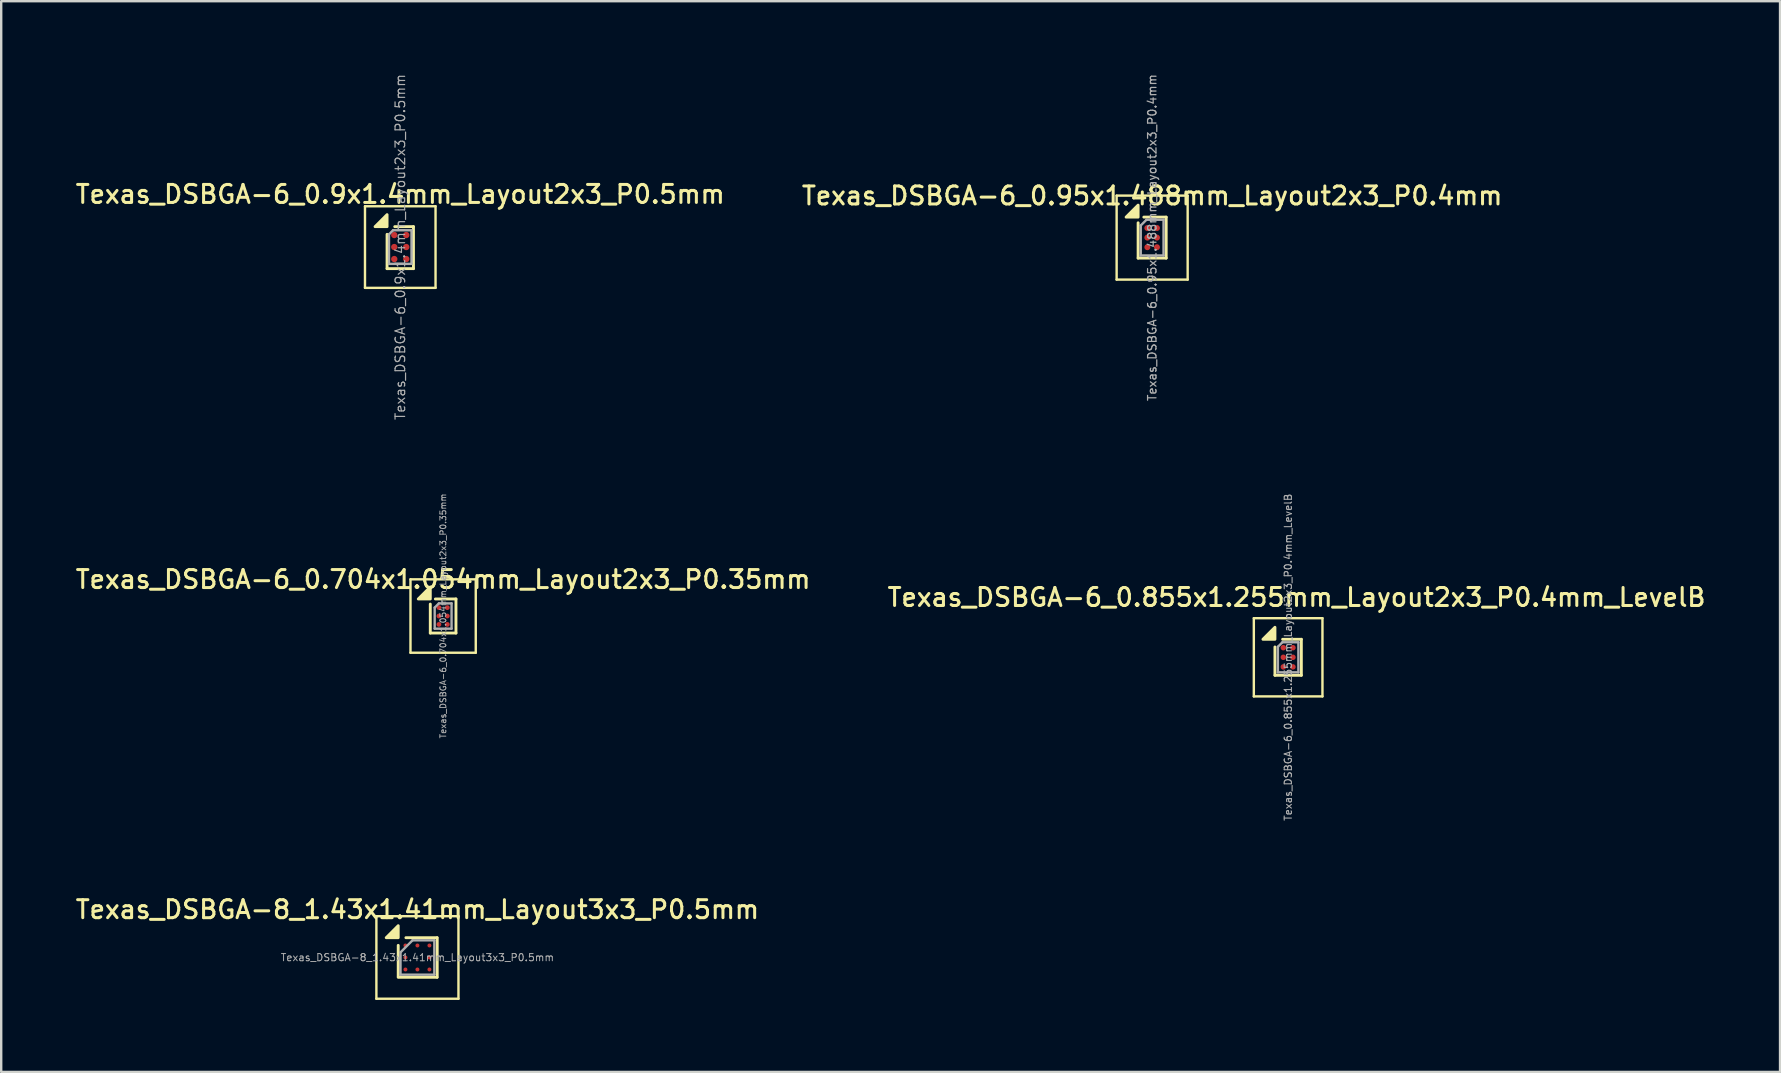
<source format=kicad_pcb>
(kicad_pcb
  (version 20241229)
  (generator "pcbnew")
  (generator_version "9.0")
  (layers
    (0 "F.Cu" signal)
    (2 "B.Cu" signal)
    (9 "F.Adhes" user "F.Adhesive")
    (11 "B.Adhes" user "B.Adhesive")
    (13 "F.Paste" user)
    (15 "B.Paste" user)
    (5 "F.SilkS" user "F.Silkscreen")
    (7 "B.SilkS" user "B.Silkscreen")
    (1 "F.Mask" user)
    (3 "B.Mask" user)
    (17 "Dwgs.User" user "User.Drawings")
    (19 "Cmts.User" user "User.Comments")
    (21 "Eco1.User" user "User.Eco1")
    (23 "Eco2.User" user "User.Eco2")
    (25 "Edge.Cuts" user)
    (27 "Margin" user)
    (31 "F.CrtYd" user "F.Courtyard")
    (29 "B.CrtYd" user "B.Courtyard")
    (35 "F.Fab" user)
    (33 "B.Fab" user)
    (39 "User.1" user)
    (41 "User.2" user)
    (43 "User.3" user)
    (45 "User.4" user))
  (footprint "Texas_DSBGA-6_0.9x1.4mm_Layout2x3_P0.5mm"
    (layer "F.Cu")
    (at 13.63 7.245)
    (property "Reference" "Texas_DSBGA-6_0.9x1.4mm_Layout2x3_P0.5mm" (at 0 -2.2 0) (layer "F.SilkS") (effects (font (size 0.75 0.75) (thickness 0.125))))
    (attr smd)
    (fp_line (start -1.47 -1.7) (end -1.47 1.7) (stroke (width 0.1) (type solid)) (layer "F.SilkS"))
    (fp_line (start -1.47 -1.7) (end 1.47 -1.7) (stroke (width 0.1) (type solid)) (layer "F.SilkS"))
    (fp_line (start -0.55 -0.53) (end -0.55 0.9) (stroke (width 0.12) (type solid)) (layer "F.SilkS"))
    (fp_line (start -0.55 0.9) (end 0.55 0.9) (stroke (width 0.12) (type solid)) (layer "F.SilkS"))
    (fp_line (start 0.55 -0.85) (end -0.23 -0.85) (stroke (width 0.12) (type solid)) (layer "F.SilkS"))
    (fp_line (start 0.55 -0.85) (end 0.55 0.9) (stroke (width 0.12) (type solid)) (layer "F.SilkS"))
    (fp_line (start 1.47 1.7) (end -1.47 1.7) (stroke (width 0.1) (type solid)) (layer "F.SilkS"))
    (fp_line (start 1.47 1.7) (end 1.47 -1.7) (stroke (width 0.1) (type solid)) (layer "F.SilkS"))
    (fp_poly (pts (xy -0.55 -0.85) (xy -1.05 -0.85) (xy -0.55 -1.35) (xy -0.55 -0.85)) (stroke (width 0.12) (type solid)) (fill yes) (layer "F.SilkS"))
    (fp_line (start -0.47 -0.53) (end -0.47 0.7) (stroke (width 0.1) (type solid)) (layer "F.Fab"))
    (fp_line (start -0.47 -0.53) (end -0.3 -0.7) (stroke (width 0.1) (type solid)) (layer "F.Fab"))
    (fp_line (start -0.47 0.7) (end 0.47 0.7) (stroke (width 0.1) (type solid)) (layer "F.Fab"))
    (fp_line (start 0.47 -0.7) (end -0.3 -0.7) (stroke (width 0.1) (type solid)) (layer "F.Fab"))
    (fp_line (start 0.47 0.7) (end 0.47 -0.7) (stroke (width 0.1) (type solid)) (layer "F.Fab"))
    (fp_text user "${REFERENCE}" (at 0 0 90) (layer "F.Fab") (effects (font (size 0.4 0.4) (thickness 0.05))))
    (pad "" smd rect (at -0.25 -0.5) (size 0.3 0.3) (layers "F.Paste"))
    (pad "" smd rect (at -0.25 0) (size 0.3 0.3) (layers "F.Paste"))
    (pad "" smd rect (at -0.25 0.5) (size 0.3 0.3) (layers "F.Paste"))
    (pad "" smd rect (at 0.25 -0.5) (size 0.3 0.3) (layers "F.Paste"))
    (pad "" smd rect (at 0.25 0) (size 0.3 0.3) (layers "F.Paste"))
    (pad "" smd rect (at 0.25 0.5) (size 0.3 0.3) (layers "F.Paste"))
    (pad "A1" smd circle (at -0.25 -0.5) (size 0.265 0.265) (property pad_prop_bga) (layers "F.Cu" "F.Mask"))
    (pad "A2" smd circle (at 0.25 -0.5) (size 0.265 0.265) (property pad_prop_bga) (layers "F.Cu" "F.Mask"))
    (pad "B1" smd circle (at -0.25 0) (size 0.265 0.265) (property pad_prop_bga) (layers "F.Cu" "F.Mask"))
    (pad "B2" smd circle (at 0.25 0) (size 0.265 0.265) (property pad_prop_bga) (layers "F.Cu" "F.Mask"))
    (pad "C1" smd circle (at -0.25 0.5) (size 0.265 0.265) (property pad_prop_bga) (layers "F.Cu" "F.Mask"))
    (pad "C2" smd circle (at 0.25 0.5) (size 0.265 0.265) (property pad_prop_bga) (layers "F.Cu" "F.Mask")))
  (footprint "Texas_DSBGA-8_1.43x1.41mm_Layout3x3_P0.5mm"
    (layer "F.Cu")
    (at 14.345 36.851)
    (property "Reference" "Texas_DSBGA-8_1.43x1.41mm_Layout3x3_P0.5mm" (at 0 -2 0) (layer "F.SilkS") (effects (font (size 0.75 0.75) (thickness 0.125))))
    (attr smd)
    (fp_line (start -1.71 -1.72) (end -1.71 1.72) (stroke (width 0.1) (type solid)) (layer "F.SilkS"))
    (fp_line (start -1.71 1.72) (end 1.71 1.72) (stroke (width 0.1) (type solid)) (layer "F.SilkS"))
    (fp_line (start -0.8 -0.505) (end -0.8 0.8) (stroke (width 0.12) (type solid)) (layer "F.SilkS"))
    (fp_line (start -0.48 -0.825) (end 0.815 -0.825) (stroke (width 0.12) (type solid)) (layer "F.SilkS"))
    (fp_line (start 0.815 0.825) (end -0.8 0.825) (stroke (width 0.12) (type solid)) (layer "F.SilkS"))
    (fp_line (start 0.825 -0.825) (end 0.825 0.825) (stroke (width 0.12) (type solid)) (layer "F.SilkS"))
    (fp_line (start 1.71 -1.72) (end -1.71 -1.72) (stroke (width 0.1) (type solid)) (layer "F.SilkS"))
    (fp_line (start 1.71 1.72) (end 1.71 -1.72) (stroke (width 0.1) (type solid)) (layer "F.SilkS"))
    (fp_poly (pts (xy -0.8 -0.825) (xy -1.3 -0.825) (xy -0.8 -1.325) (xy -0.8 -0.825)) (stroke (width 0.12) (type solid)) (fill yes) (layer "F.SilkS"))
    (fp_line (start -0.705 -0.215) (end -0.705 0.715) (stroke (width 0.1) (type solid)) (layer "F.Fab"))
    (fp_line (start -0.705 -0.215) (end -0.205 -0.715) (stroke (width 0.1) (type solid)) (layer "F.Fab"))
    (fp_line (start -0.705 0.715) (end 0.705 0.715) (stroke (width 0.1) (type solid)) (layer "F.Fab"))
    (fp_line (start 0.705 -0.715) (end -0.205 -0.715) (stroke (width 0.1) (type solid)) (layer "F.Fab"))
    (fp_line (start 0.705 0.715) (end 0.705 -0.715) (stroke (width 0.1) (type solid)) (layer "F.Fab"))
    (fp_text user "${REFERENCE}" (at 0 0 0) (layer "F.Fab") (effects (font (size 0.3 0.3) (thickness 0.04))))
    (pad "" smd rect (at -0.5 -0.5) (size 0.3 0.3) (layers "F.Paste"))
    (pad "" smd rect (at -0.5 0) (size 0.3 0.3) (layers "F.Paste"))
    (pad "" smd rect (at -0.5 0.5) (size 0.3 0.3) (layers "F.Paste"))
    (pad "" smd rect (at 0 -0.5) (size 0.3 0.3) (layers "F.Paste"))
    (pad "" smd rect (at 0 0.5) (size 0.3 0.3) (layers "F.Paste"))
    (pad "" smd rect (at 0.5 -0.5) (size 0.3 0.3) (layers "F.Paste"))
    (pad "" smd rect (at 0.5 0) (size 0.3 0.3) (layers "F.Paste"))
    (pad "" smd rect (at 0.5 0.5) (size 0.3 0.3) (layers "F.Paste"))
    (pad "A1" smd circle (at -0.5 -0.5) (size 0.165 0.165) (property pad_prop_bga) (layers "F.Cu" "F.Mask"))
    (pad "A2" smd circle (at 0 -0.5) (size 0.165 0.165) (property pad_prop_bga) (layers "F.Cu" "F.Mask"))
    (pad "A3" smd circle (at 0.5 -0.5) (size 0.165 0.165) (property pad_prop_bga) (layers "F.Cu" "F.Mask"))
    (pad "B1" smd circle (at -0.5 0) (size 0.165 0.165) (property pad_prop_bga) (layers "F.Cu" "F.Mask"))
    (pad "B3" smd circle (at 0.5 0) (size 0.165 0.165) (property pad_prop_bga) (layers "F.Cu" "F.Mask" "F.Paste"))
    (pad "C1" smd circle (at -0.5 0.5) (size 0.165 0.165) (property pad_prop_bga) (layers "F.Cu" "F.Mask"))
    (pad "C2" smd circle (at 0 0.5) (size 0.165 0.165) (property pad_prop_bga) (layers "F.Cu" "F.Mask"))
    (pad "C3" smd circle (at 0.5 0.5) (size 0.165 0.165) (property pad_prop_bga) (layers "F.Cu" "F.Mask")))
  (footprint "Texas_DSBGA-6_0.704x1.054mm_Layout2x3_P0.35mm"
    (layer "F.Cu")
    (at 15.416 22.621)
    (property "Reference" "Texas_DSBGA-6_0.704x1.054mm_Layout2x3_P0.35mm" (at 0 -1.527 0) (layer "F.SilkS") (effects (font (size 0.75 0.75) (thickness 0.125))))
    (attr smd)
    (fp_line (start -1.36 -1.53) (end -1.36 1.53) (stroke (width 0.1) (type solid)) (layer "F.SilkS"))
    (fp_line (start -1.36 1.53) (end 1.36 1.53) (stroke (width 0.1) (type solid)) (layer "F.SilkS"))
    (fp_line (start -0.535 0.71) (end -0.535 -0.497) (stroke (width 0.12) (type solid)) (layer "F.SilkS"))
    (fp_line (start -0.323 -0.71) (end 0.535 -0.71) (stroke (width 0.12) (type solid)) (layer "F.SilkS"))
    (fp_line (start 0.535 -0.71) (end 0.535 0.71) (stroke (width 0.12) (type solid)) (layer "F.SilkS"))
    (fp_line (start 0.535 0.71) (end -0.535 0.71) (stroke (width 0.12) (type solid)) (layer "F.SilkS"))
    (fp_line (start 1.36 -1.53) (end -1.36 -1.53) (stroke (width 0.1) (type solid)) (layer "F.SilkS"))
    (fp_line (start 1.36 1.53) (end 1.36 -1.53) (stroke (width 0.1) (type solid)) (layer "F.SilkS"))
    (fp_poly (pts (xy -0.535 -0.71) (xy -1.035 -0.71) (xy -0.535 -1.21) (xy -0.535 -0.71)) (stroke (width 0.12) (type solid)) (fill yes) (layer "F.SilkS"))
    (fp_line (start -0.352 -0.351) (end -0.176 -0.527) (stroke (width 0.1) (type solid)) (layer "F.Fab"))
    (fp_line (start -0.352 0.527) (end -0.352 -0.351) (stroke (width 0.1) (type solid)) (layer "F.Fab"))
    (fp_line (start -0.176 -0.527) (end 0.352 -0.527) (stroke (width 0.1) (type solid)) (layer "F.Fab"))
    (fp_line (start 0.352 -0.527) (end 0.352 0.527) (stroke (width 0.1) (type solid)) (layer "F.Fab"))
    (fp_line (start 0.352 0.527) (end -0.352 0.527) (stroke (width 0.1) (type solid)) (layer "F.Fab"))
    (fp_text user "${REFERENCE}" (at 0 0 270) (layer "F.Fab") (effects (font (size 0.25 0.25) (thickness 0.037))))
    (pad "A1" smd circle (at -0.175 -0.35) (size 0.2 0.2) (property pad_prop_bga) (layers "F.Cu" "F.Mask" "F.Paste"))
    (pad "A2" smd circle (at 0.175 -0.35) (size 0.2 0.2) (property pad_prop_bga) (layers "F.Cu" "F.Mask" "F.Paste"))
    (pad "B1" smd circle (at -0.175 0) (size 0.2 0.2) (property pad_prop_bga) (layers "F.Cu" "F.Mask" "F.Paste"))
    (pad "B2" smd circle (at 0.175 0) (size 0.2 0.2) (property pad_prop_bga) (layers "F.Cu" "F.Mask" "F.Paste"))
    (pad "C1" smd circle (at -0.175 0.35) (size 0.2 0.2) (property pad_prop_bga) (layers "F.Cu" "F.Mask" "F.Paste"))
    (pad "C2" smd circle (at 0.175 0.35) (size 0.2 0.2) (property pad_prop_bga) (layers "F.Cu" "F.Mask" "F.Paste")))
  (footprint "Texas_DSBGA-6_0.95x1.488mm_Layout2x3_P0.4mm"
    (layer "F.Cu")
    (at 44.963 6.852)
    (property "Reference" "Texas_DSBGA-6_0.95x1.488mm_Layout2x3_P0.4mm" (at 0 -1.744 0) (layer "F.SilkS") (effects (font (size 0.75 0.75) (thickness 0.125))))
    (attr smd)
    (fp_line (start -1.48 -1.75) (end -1.48 1.75) (stroke (width 0.1) (type solid)) (layer "F.SilkS"))
    (fp_line (start -1.48 1.75) (end 1.48 1.75) (stroke (width 0.1) (type solid)) (layer "F.SilkS"))
    (fp_line (start -0.585 0.854) (end -0.585 -0.617) (stroke (width 0.12) (type solid)) (layer "F.SilkS"))
    (fp_line (start -0.347 -0.854) (end 0.585 -0.854) (stroke (width 0.12) (type solid)) (layer "F.SilkS"))
    (fp_line (start 0.585 -0.854) (end 0.585 0.854) (stroke (width 0.12) (type solid)) (layer "F.SilkS"))
    (fp_line (start 0.585 0.854) (end -0.585 0.854) (stroke (width 0.12) (type solid)) (layer "F.SilkS"))
    (fp_line (start 1.48 -1.75) (end -1.48 -1.75) (stroke (width 0.1) (type solid)) (layer "F.SilkS"))
    (fp_line (start 1.48 1.75) (end 1.48 -1.75) (stroke (width 0.1) (type solid)) (layer "F.SilkS"))
    (fp_poly (pts (xy -0.585 -0.854) (xy -1.085 -0.854) (xy -0.585 -1.354) (xy -0.585 -0.854)) (stroke (width 0.12) (type solid)) (fill yes) (layer "F.SilkS"))
    (fp_line (start -0.475 -0.506) (end -0.237 -0.744) (stroke (width 0.1) (type solid)) (layer "F.Fab"))
    (fp_line (start -0.475 0.744) (end -0.475 -0.506) (stroke (width 0.1) (type solid)) (layer "F.Fab"))
    (fp_line (start -0.237 -0.744) (end 0.475 -0.744) (stroke (width 0.1) (type solid)) (layer "F.Fab"))
    (fp_line (start 0.475 -0.744) (end 0.475 0.744) (stroke (width 0.1) (type solid)) (layer "F.Fab"))
    (fp_line (start 0.475 0.744) (end -0.475 0.744) (stroke (width 0.1) (type solid)) (layer "F.Fab"))
    (fp_text user "${REFERENCE}" (at 0 0 270) (layer "F.Fab") (effects (font (size 0.35 0.35) (thickness 0.052))))
    (pad "A1" smd circle (at -0.2 -0.4) (size 0.25 0.25) (property pad_prop_bga) (layers "F.Cu" "F.Mask" "F.Paste"))
    (pad "A2" smd circle (at 0.2 -0.4) (size 0.25 0.25) (property pad_prop_bga) (layers "F.Cu" "F.Mask" "F.Paste"))
    (pad "B1" smd circle (at -0.2 0) (size 0.25 0.25) (property pad_prop_bga) (layers "F.Cu" "F.Mask" "F.Paste"))
    (pad "B2" smd circle (at 0.2 0) (size 0.25 0.25) (property pad_prop_bga) (layers "F.Cu" "F.Mask" "F.Paste"))
    (pad "C1" smd circle (at -0.2 0.4) (size 0.25 0.25) (property pad_prop_bga) (layers "F.Cu" "F.Mask" "F.Paste"))
    (pad "C2" smd circle (at 0.2 0.4) (size 0.25 0.25) (property pad_prop_bga) (layers "F.Cu" "F.Mask" "F.Paste")))
  (footprint "Texas_DSBGA-6_0.855x1.255mm_Layout2x3_P0.4mm_LevelB"
    (layer "F.Cu")
    (at 50.63 24.341)
    (property "Reference" "Texas_DSBGA-6_0.855x1.255mm_Layout2x3_P0.4mm_LevelB" (at 0.35 -2.5 0) (layer "F.SilkS") (effects (font (size 0.75 0.75) (thickness 0.125))))
    (attr smd)
    (fp_line (start -1.43 -1.63) (end -1.43 1.63) (stroke (width 0.1) (type solid)) (layer "F.SilkS"))
    (fp_line (start -1.43 1.63) (end 1.43 1.63) (stroke (width 0.1) (type solid)) (layer "F.SilkS"))
    (fp_line (start -0.55 0.75) (end -0.55 -0.43) (stroke (width 0.12) (type solid)) (layer "F.SilkS"))
    (fp_line (start 0.55 -0.75) (end -0.23 -0.75) (stroke (width 0.12) (type solid)) (layer "F.SilkS"))
    (fp_line (start 0.55 -0.75) (end 0.55 0.75) (stroke (width 0.12) (type solid)) (layer "F.SilkS"))
    (fp_line (start 0.55 0.75) (end -0.55 0.75) (stroke (width 0.12) (type solid)) (layer "F.SilkS"))
    (fp_line (start 1.43 -1.63) (end -1.43 -1.63) (stroke (width 0.1) (type solid)) (layer "F.SilkS"))
    (fp_line (start 1.43 1.63) (end 1.43 -1.63) (stroke (width 0.1) (type solid)) (layer "F.SilkS"))
    (fp_poly (pts (xy -0.55 -0.75) (xy -1.05 -0.75) (xy -0.55 -1.25) (xy -0.55 -0.75)) (stroke (width 0.12) (type solid)) (fill yes) (layer "F.SilkS"))
    (fp_rect (start -0.275 -0.475) (end -0.125 -0.325) (stroke (width 0.1) (type solid)) (fill yes) (layer "F.Paste"))
    (fp_rect (start -0.275 -0.075) (end -0.125 0.075) (stroke (width 0.1) (type solid)) (fill yes) (layer "F.Paste"))
    (fp_rect (start -0.275 0.325) (end -0.125 0.475) (stroke (width 0.1) (type solid)) (fill yes) (layer "F.Paste"))
    (fp_rect (start 0.125 -0.475) (end 0.275 -0.325) (stroke (width 0.1) (type solid)) (fill yes) (layer "F.Paste"))
    (fp_rect (start 0.125 -0.075) (end 0.275 0.075) (stroke (width 0.1) (type solid)) (fill yes) (layer "F.Paste"))
    (fp_rect (start 0.125 0.325) (end 0.275 0.475) (stroke (width 0.1) (type solid)) (fill yes) (layer "F.Paste"))
    (fp_line (start -0.427 -0.438) (end -0.237 -0.627) (stroke (width 0.1) (type solid)) (layer "F.Fab"))
    (fp_line (start -0.427 0.627) (end -0.427 -0.438) (stroke (width 0.1) (type solid)) (layer "F.Fab"))
    (fp_line (start -0.237 -0.627) (end 0.427 -0.627) (stroke (width 0.1) (type solid)) (layer "F.Fab"))
    (fp_line (start 0.427 -0.627) (end 0.427 0.627) (stroke (width 0.1) (type solid)) (layer "F.Fab"))
    (fp_line (start 0.427 0.627) (end -0.427 0.627) (stroke (width 0.1) (type solid)) (layer "F.Fab"))
    (fp_text user "${REFERENCE}" (at 0 0 90) (layer "F.Fab") (effects (font (size 0.3 0.3) (thickness 0.045))))
    (pad "A1" smd circle (at -0.2 -0.4) (size 0.23 0.23) (property pad_prop_bga) (layers "F.Cu" "F.Mask"))
    (pad "A2" smd circle (at 0.2 -0.4) (size 0.23 0.23) (property pad_prop_bga) (layers "F.Cu" "F.Mask"))
    (pad "B1" smd circle (at -0.2 0) (size 0.23 0.23) (property pad_prop_bga) (layers "F.Cu" "F.Mask"))
    (pad "B2" smd circle (at 0.2 0) (size 0.23 0.23) (property pad_prop_bga) (layers "F.Cu" "F.Mask"))
    (pad "C1" smd circle (at -0.2 0.4) (size 0.23 0.23) (property pad_prop_bga) (layers "F.Cu" "F.Mask"))
    (pad "C2" smd circle (at 0.2 0.4) (size 0.23 0.23) (property pad_prop_bga) (layers "F.Cu" "F.Mask")))
  (gr_rect
    (start -3 -3)
    (end 71.129 41.621)
    (stroke (width 0.1) (type default))
    (fill no)
    (layer "Edge.Cuts")))
</source>
